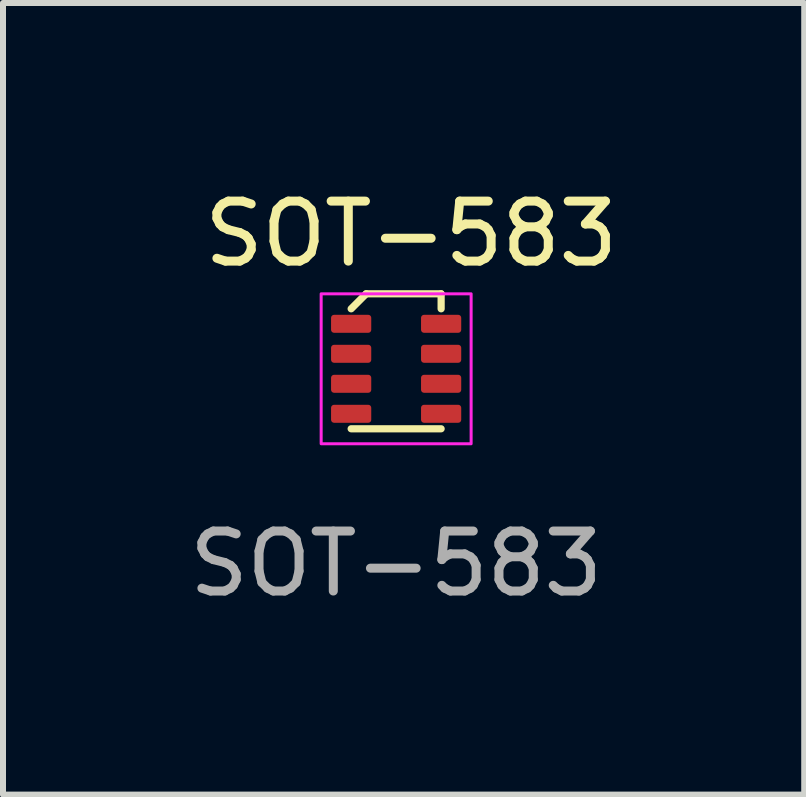
<source format=kicad_pcb>
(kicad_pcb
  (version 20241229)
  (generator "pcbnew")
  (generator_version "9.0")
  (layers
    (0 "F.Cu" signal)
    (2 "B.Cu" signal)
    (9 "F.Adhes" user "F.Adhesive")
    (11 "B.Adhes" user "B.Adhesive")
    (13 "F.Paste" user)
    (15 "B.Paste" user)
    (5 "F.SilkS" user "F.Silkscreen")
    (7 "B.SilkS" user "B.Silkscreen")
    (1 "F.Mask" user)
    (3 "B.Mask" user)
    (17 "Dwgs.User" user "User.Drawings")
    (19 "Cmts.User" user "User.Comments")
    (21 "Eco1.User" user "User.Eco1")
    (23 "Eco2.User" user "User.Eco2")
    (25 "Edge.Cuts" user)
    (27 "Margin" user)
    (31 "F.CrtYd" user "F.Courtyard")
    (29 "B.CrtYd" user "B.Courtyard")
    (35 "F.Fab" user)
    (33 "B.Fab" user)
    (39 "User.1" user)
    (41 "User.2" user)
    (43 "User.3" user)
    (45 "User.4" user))
  (footprint "SOT-583"
    (layer "F.Cu")
    (at 3.554 3.098)
    (property "Reference" "SOT-583" (at 0.25 -2.25 0) (unlocked yes) (layer "F.SilkS") (effects (font (size 1 1) (thickness 0.15))))
    (attr smd)
    (fp_line (start -0.75 -1) (end -0.5 -1.25) (stroke (width 0.12) (type solid)) (layer "F.SilkS"))
    (fp_line (start -0.75 1) (end 0.75 1) (stroke (width 0.12) (type solid)) (layer "F.SilkS"))
    (fp_line (start -0.5 -1.25) (end 0.75 -1.25) (stroke (width 0.12) (type solid)) (layer "F.SilkS"))
    (fp_line (start 0.75 -1.25) (end 0.75 -1) (stroke (width 0.12) (type solid)) (layer "F.SilkS"))
    (fp_rect (start -1.25 -1.25) (end 1.25 1.25) (stroke (width 0.05) (type solid)) (fill no) (layer "F.CrtYd"))
    (fp_text user "${REFERENCE}" (at 0 3.25 0) (unlocked yes) (layer "F.Fab") (effects (font (size 1 1) (thickness 0.15))))
    (pad "1" smd roundrect (at -0.75 -0.75) (size 0.67 0.3) (layers "F.Cu" "F.Mask" "F.Paste") (roundrect_rratio 0.167))
    (pad "2" smd roundrect (at -0.75 -0.25) (size 0.67 0.3) (layers "F.Cu" "F.Mask" "F.Paste") (roundrect_rratio 0.167))
    (pad "3" smd roundrect (at -0.75 0.25) (size 0.67 0.3) (layers "F.Cu" "F.Mask" "F.Paste") (roundrect_rratio 0.167))
    (pad "4" smd roundrect (at -0.75 0.75) (size 0.67 0.3) (layers "F.Cu" "F.Mask" "F.Paste") (roundrect_rratio 0.167))
    (pad "5" smd roundrect (at 0.75 0.75) (size 0.67 0.3) (layers "F.Cu" "F.Mask" "F.Paste") (roundrect_rratio 0.167))
    (pad "6" smd roundrect (at 0.75 0.25) (size 0.67 0.3) (layers "F.Cu" "F.Mask" "F.Paste") (roundrect_rratio 0.167))
    (pad "7" smd roundrect (at 0.75 -0.25) (size 0.67 0.3) (layers "F.Cu" "F.Mask" "F.Paste") (roundrect_rratio 0.167))
    (pad "8" smd roundrect (at 0.75 -0.75) (size 0.67 0.3) (layers "F.Cu" "F.Mask" "F.Paste") (roundrect_rratio 0.167)))
  (gr_rect
    (start -3 -3)
    (end 10.357 10.197)
    (stroke (width 0.1) (type default))
    (fill no)
    (layer "Edge.Cuts")))
</source>
